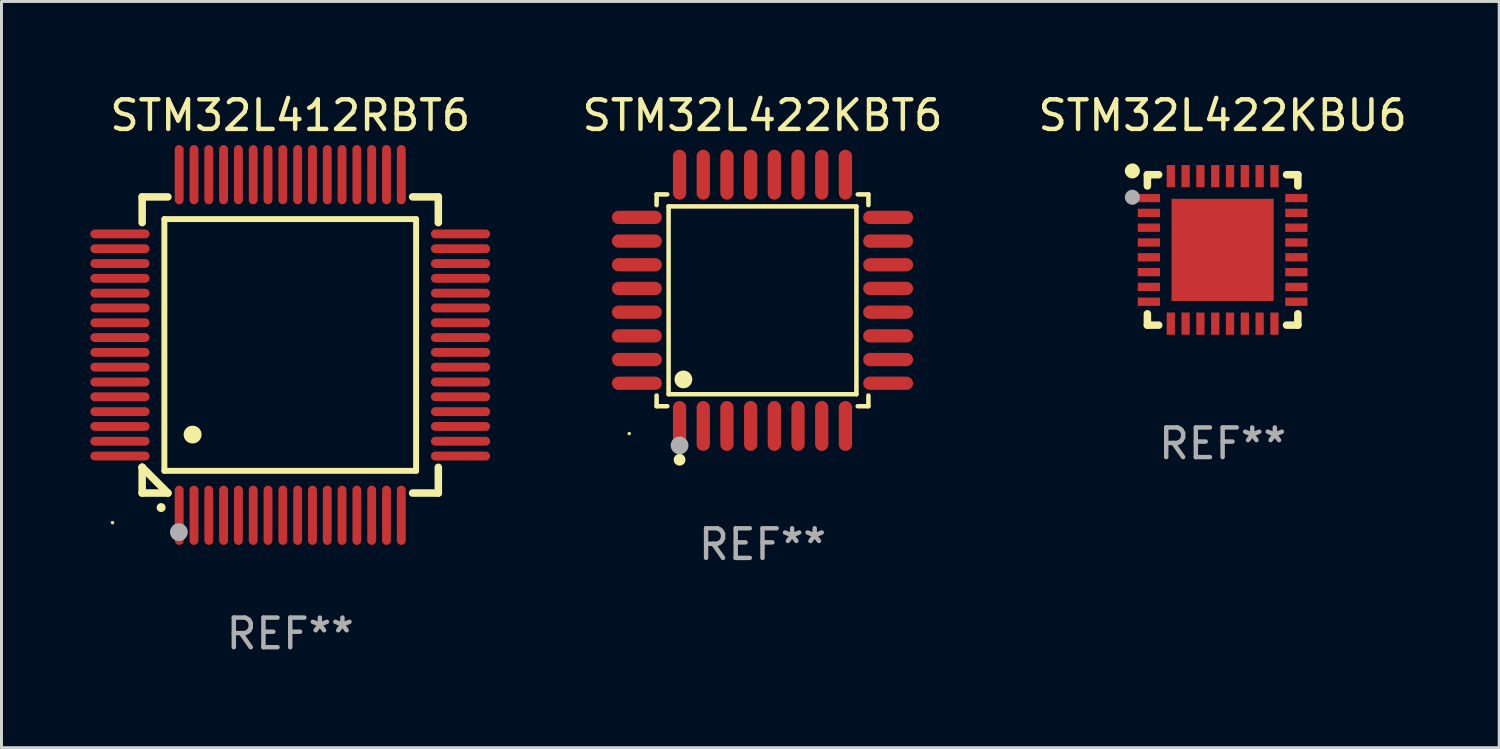
<source format=kicad_pcb>
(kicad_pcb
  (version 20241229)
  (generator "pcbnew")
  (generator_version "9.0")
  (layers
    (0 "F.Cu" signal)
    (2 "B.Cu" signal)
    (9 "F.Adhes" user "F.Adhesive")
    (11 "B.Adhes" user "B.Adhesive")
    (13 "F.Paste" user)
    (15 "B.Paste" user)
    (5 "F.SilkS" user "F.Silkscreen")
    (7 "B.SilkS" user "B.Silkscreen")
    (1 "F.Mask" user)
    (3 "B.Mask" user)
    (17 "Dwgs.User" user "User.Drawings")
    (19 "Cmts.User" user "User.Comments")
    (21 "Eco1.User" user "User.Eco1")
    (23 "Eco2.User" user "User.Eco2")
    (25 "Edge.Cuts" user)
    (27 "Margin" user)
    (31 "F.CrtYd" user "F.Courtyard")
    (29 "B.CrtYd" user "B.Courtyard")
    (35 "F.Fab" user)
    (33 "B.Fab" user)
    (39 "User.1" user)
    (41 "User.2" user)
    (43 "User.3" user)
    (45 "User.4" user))
  (footprint "STM32L422KBU6"
    (layer "F.Cu")
    (at 38.232 5.388)
    (property "Reference" "STM32L422KBU6" (at 0 -4.54 0) (layer "F.SilkS") (effects (font (size 1 1) (thickness 0.15))))
    (attr through_hole)
    (fp_line (start -2.54 -2.54) (end -2.159 -2.54) (stroke (width 0.254) (type solid)) (layer "F.SilkS"))
    (fp_line (start -2.54 -2.159) (end -2.54 -2.54) (stroke (width 0.254) (type solid)) (layer "F.SilkS"))
    (fp_line (start -2.54 2.54) (end -2.54 2.159) (stroke (width 0.254) (type solid)) (layer "F.SilkS"))
    (fp_line (start -2.159 2.54) (end -2.54 2.54) (stroke (width 0.254) (type solid)) (layer "F.SilkS"))
    (fp_line (start 2.159 -2.54) (end 2.54 -2.54) (stroke (width 0.254) (type solid)) (layer "F.SilkS"))
    (fp_line (start 2.54 -2.54) (end 2.54 -2.159) (stroke (width 0.254) (type solid)) (layer "F.SilkS"))
    (fp_line (start 2.54 2.159) (end 2.54 2.54) (stroke (width 0.254) (type solid)) (layer "F.SilkS"))
    (fp_line (start 2.54 2.54) (end 2.159 2.54) (stroke (width 0.254) (type solid)) (layer "F.SilkS"))
    (fp_circle (center -3.048 -2.667) (end -2.921 -2.667) (stroke (width 0.254) (type solid)) (fill no) (layer "F.SilkS"))
    (fp_circle (center -2.5 -2.5) (end -2.47 -2.5) (stroke (width 0.06) (type solid)) (fill no) (layer "F.SilkS"))
    (fp_circle (center -3.048 -1.778) (end -2.921 -1.778) (stroke (width 0.254) (type solid)) (fill no) (layer "F.Fab"))
    (fp_text user "REF**" (at 0 6.54 0) (layer "F.Fab") (effects (font (size 1 1) (thickness 0.15))))
    (pad "1" smd rect (at -2.49 -1.75) (size 0.75 0.28) (layers "F.Cu" "F.Mask" "F.Paste"))
    (pad "2" smd rect (at -2.49 -1.25) (size 0.75 0.28) (layers "F.Cu" "F.Mask" "F.Paste"))
    (pad "3" smd rect (at -2.49 -0.75) (size 0.75 0.28) (layers "F.Cu" "F.Mask" "F.Paste"))
    (pad "4" smd rect (at -2.49 -0.25) (size 0.75 0.28) (layers "F.Cu" "F.Mask" "F.Paste"))
    (pad "5" smd rect (at -2.49 0.25) (size 0.75 0.28) (layers "F.Cu" "F.Mask" "F.Paste"))
    (pad "6" smd rect (at -2.49 0.75) (size 0.75 0.28) (layers "F.Cu" "F.Mask" "F.Paste"))
    (pad "7" smd rect (at -2.49 1.25) (size 0.75 0.28) (layers "F.Cu" "F.Mask" "F.Paste"))
    (pad "8" smd rect (at -2.49 1.75) (size 0.75 0.28) (layers "F.Cu" "F.Mask" "F.Paste"))
    (pad "9" smd rect (at -1.75 2.49) (size 0.28 0.75) (layers "F.Cu" "F.Mask" "F.Paste"))
    (pad "10" smd rect (at -1.25 2.49) (size 0.28 0.75) (layers "F.Cu" "F.Mask" "F.Paste"))
    (pad "11" smd rect (at -0.75 2.49) (size 0.28 0.75) (layers "F.Cu" "F.Mask" "F.Paste"))
    (pad "12" smd rect (at -0.25 2.49) (size 0.28 0.75) (layers "F.Cu" "F.Mask" "F.Paste"))
    (pad "13" smd rect (at 0.25 2.49) (size 0.28 0.75) (layers "F.Cu" "F.Mask" "F.Paste"))
    (pad "14" smd rect (at 0.75 2.49) (size 0.28 0.75) (layers "F.Cu" "F.Mask" "F.Paste"))
    (pad "15" smd rect (at 1.25 2.49) (size 0.28 0.75) (layers "F.Cu" "F.Mask" "F.Paste"))
    (pad "16" smd rect (at 1.75 2.49) (size 0.28 0.75) (layers "F.Cu" "F.Mask" "F.Paste"))
    (pad "17" smd rect (at 2.49 1.75) (size 0.75 0.28) (layers "F.Cu" "F.Mask" "F.Paste"))
    (pad "18" smd rect (at 2.49 1.25) (size 0.75 0.28) (layers "F.Cu" "F.Mask" "F.Paste"))
    (pad "19" smd rect (at 2.49 0.75) (size 0.75 0.28) (layers "F.Cu" "F.Mask" "F.Paste"))
    (pad "20" smd rect (at 2.49 0.25) (size 0.75 0.28) (layers "F.Cu" "F.Mask" "F.Paste"))
    (pad "21" smd rect (at 2.49 -0.25) (size 0.75 0.28) (layers "F.Cu" "F.Mask" "F.Paste"))
    (pad "22" smd rect (at 2.49 -0.75) (size 0.75 0.28) (layers "F.Cu" "F.Mask" "F.Paste"))
    (pad "23" smd rect (at 2.49 -1.25) (size 0.75 0.28) (layers "F.Cu" "F.Mask" "F.Paste"))
    (pad "24" smd rect (at 2.49 -1.75) (size 0.75 0.28) (layers "F.Cu" "F.Mask" "F.Paste"))
    (pad "25" smd rect (at 1.75 -2.49) (size 0.28 0.75) (layers "F.Cu" "F.Mask" "F.Paste"))
    (pad "26" smd rect (at 1.25 -2.49) (size 0.28 0.75) (layers "F.Cu" "F.Mask" "F.Paste"))
    (pad "27" smd rect (at 0.75 -2.49) (size 0.28 0.75) (layers "F.Cu" "F.Mask" "F.Paste"))
    (pad "28" smd rect (at 0.25 -2.49) (size 0.28 0.75) (layers "F.Cu" "F.Mask" "F.Paste"))
    (pad "29" smd rect (at -0.25 -2.49) (size 0.28 0.75) (layers "F.Cu" "F.Mask" "F.Paste"))
    (pad "30" smd rect (at -0.75 -2.49) (size 0.28 0.75) (layers "F.Cu" "F.Mask" "F.Paste"))
    (pad "31" smd rect (at -1.25 -2.49) (size 0.28 0.75) (layers "F.Cu" "F.Mask" "F.Paste"))
    (pad "32" smd rect (at -1.75 -2.49) (size 0.28 0.75) (layers "F.Cu" "F.Mask" "F.Paste"))
    (pad "33" smd rect (at 0 0) (size 3.45 3.45) (layers "F.Cu" "F.Mask" "F.Paste")))
  (footprint "STM32L412RBT6"
    (layer "F.Cu")
    (at 6.75 8.598)
    (property "Reference" "STM32L412RBT6" (at 0 -7.75 0) (layer "F.SilkS") (effects (font (size 1 1) (thickness 0.15))))
    (attr through_hole)
    (fp_line (start -5 -5) (end -4.131 -5) (stroke (width 0.254) (type solid)) (layer "F.SilkS"))
    (fp_line (start -5 -4.131) (end -5 -5) (stroke (width 0.254) (type solid)) (layer "F.SilkS"))
    (fp_line (start -5 4.131) (end -5 4.131) (stroke (width 0.254) (type solid)) (layer "F.SilkS"))
    (fp_line (start -5 5) (end -5 4.131) (stroke (width 0.254) (type solid)) (layer "F.SilkS"))
    (fp_line (start -5 4.131) (end -4.131 5) (stroke (width 0.254) (type solid)) (layer "F.SilkS"))
    (fp_line (start -4.25 -4.25) (end -4.25 4.25) (stroke (width 0.2) (type solid)) (layer "F.SilkS"))
    (fp_line (start -4.25 4.25) (end 4.25 4.25) (stroke (width 0.2) (type solid)) (layer "F.SilkS"))
    (fp_line (start -4.131 5) (end -5 5) (stroke (width 0.254) (type solid)) (layer "F.SilkS"))
    (fp_line (start 4.25 -4.25) (end -4.25 -4.25) (stroke (width 0.2) (type solid)) (layer "F.SilkS"))
    (fp_line (start 4.25 4.25) (end 4.25 -4.25) (stroke (width 0.2) (type solid)) (layer "F.SilkS"))
    (fp_line (start 5 -5) (end 4.131 -5) (stroke (width 0.254) (type solid)) (layer "F.SilkS"))
    (fp_line (start 5 -5) (end 5 -4.131) (stroke (width 0.254) (type solid)) (layer "F.SilkS"))
    (fp_line (start 5 4.131) (end 5 5) (stroke (width 0.254) (type solid)) (layer "F.SilkS"))
    (fp_line (start 5 5) (end 4.131 5) (stroke (width 0.254) (type solid)) (layer "F.SilkS"))
    (fp_arc (start -4.361265 5.489992) (mid -4.359995 5.489987) (end -4.358725 5.489992) (stroke (width 0.3) (type solid)) (layer "F.SilkS"))
    (fp_arc (start -3.299467 3.025146) (mid -3.296927 3.025135) (end -3.294387 3.025146) (stroke (width 0.6) (type solid)) (layer "F.SilkS"))
    (fp_circle (center -6 6) (end -5.97 6) (stroke (width 0.06) (type solid)) (fill no) (layer "F.SilkS"))
    (fp_circle (center -3.76 6.32) (end -3.61 6.32) (stroke (width 0.3) (type solid)) (fill no) (layer "F.Fab"))
    (fp_text user "REF**" (at 0 9.75 0) (layer "F.Fab") (effects (font (size 1 1) (thickness 0.15))))
    (pad "1" smd oval (at -3.75 5.75) (size 0.3 2) (layers "F.Cu" "F.Mask" "F.Paste"))
    (pad "2" smd oval (at -3.25 5.75) (size 0.3 2) (layers "F.Cu" "F.Mask" "F.Paste"))
    (pad "3" smd oval (at -2.75 5.75) (size 0.3 2) (layers "F.Cu" "F.Mask" "F.Paste"))
    (pad "4" smd oval (at -2.25 5.75) (size 0.3 2) (layers "F.Cu" "F.Mask" "F.Paste"))
    (pad "5" smd oval (at -1.75 5.75) (size 0.3 2) (layers "F.Cu" "F.Mask" "F.Paste"))
    (pad "6" smd oval (at -1.25 5.75) (size 0.3 2) (layers "F.Cu" "F.Mask" "F.Paste"))
    (pad "7" smd oval (at -0.75 5.75) (size 0.3 2) (layers "F.Cu" "F.Mask" "F.Paste"))
    (pad "8" smd oval (at -0.25 5.75) (size 0.3 2) (layers "F.Cu" "F.Mask" "F.Paste"))
    (pad "9" smd oval (at 0.25 5.75) (size 0.3 2) (layers "F.Cu" "F.Mask" "F.Paste"))
    (pad "10" smd oval (at 0.75 5.75) (size 0.3 2) (layers "F.Cu" "F.Mask" "F.Paste"))
    (pad "11" smd oval (at 1.25 5.75) (size 0.3 2) (layers "F.Cu" "F.Mask" "F.Paste"))
    (pad "12" smd oval (at 1.75 5.75) (size 0.3 2) (layers "F.Cu" "F.Mask" "F.Paste"))
    (pad "13" smd oval (at 2.25 5.75) (size 0.3 2) (layers "F.Cu" "F.Mask" "F.Paste"))
    (pad "14" smd oval (at 2.75 5.75) (size 0.3 2) (layers "F.Cu" "F.Mask" "F.Paste"))
    (pad "15" smd oval (at 3.25 5.75) (size 0.3 2) (layers "F.Cu" "F.Mask" "F.Paste"))
    (pad "16" smd oval (at 3.75 5.75) (size 0.3 2) (layers "F.Cu" "F.Mask" "F.Paste"))
    (pad "17" smd oval (at 5.75 3.75) (size 2 0.3) (layers "F.Cu" "F.Mask" "F.Paste"))
    (pad "18" smd oval (at 5.75 3.25) (size 2 0.3) (layers "F.Cu" "F.Mask" "F.Paste"))
    (pad "19" smd oval (at 5.75 2.75) (size 2 0.3) (layers "F.Cu" "F.Mask" "F.Paste"))
    (pad "20" smd oval (at 5.75 2.25) (size 2 0.3) (layers "F.Cu" "F.Mask" "F.Paste"))
    (pad "21" smd oval (at 5.75 1.75) (size 2 0.3) (layers "F.Cu" "F.Mask" "F.Paste"))
    (pad "22" smd oval (at 5.75 1.25) (size 2 0.3) (layers "F.Cu" "F.Mask" "F.Paste"))
    (pad "23" smd oval (at 5.75 0.75) (size 2 0.3) (layers "F.Cu" "F.Mask" "F.Paste"))
    (pad "24" smd oval (at 5.75 0.25) (size 2 0.3) (layers "F.Cu" "F.Mask" "F.Paste"))
    (pad "25" smd oval (at 5.75 -0.25) (size 2 0.3) (layers "F.Cu" "F.Mask" "F.Paste"))
    (pad "26" smd oval (at 5.75 -0.75) (size 2 0.3) (layers "F.Cu" "F.Mask" "F.Paste"))
    (pad "27" smd oval (at 5.75 -1.25) (size 2 0.3) (layers "F.Cu" "F.Mask" "F.Paste"))
    (pad "28" smd oval (at 5.75 -1.75) (size 2 0.3) (layers "F.Cu" "F.Mask" "F.Paste"))
    (pad "29" smd oval (at 5.75 -2.25) (size 2 0.3) (layers "F.Cu" "F.Mask" "F.Paste"))
    (pad "30" smd oval (at 5.75 -2.75) (size 2 0.3) (layers "F.Cu" "F.Mask" "F.Paste"))
    (pad "31" smd oval (at 5.75 -3.25) (size 2 0.3) (layers "F.Cu" "F.Mask" "F.Paste"))
    (pad "32" smd oval (at 5.75 -3.75) (size 2 0.3) (layers "F.Cu" "F.Mask" "F.Paste"))
    (pad "33" smd oval (at 3.75 -5.75) (size 0.3 2) (layers "F.Cu" "F.Mask" "F.Paste"))
    (pad "34" smd oval (at 3.25 -5.75) (size 0.3 2) (layers "F.Cu" "F.Mask" "F.Paste"))
    (pad "35" smd oval (at 2.75 -5.75) (size 0.3 2) (layers "F.Cu" "F.Mask" "F.Paste"))
    (pad "36" smd oval (at 2.25 -5.75) (size 0.3 2) (layers "F.Cu" "F.Mask" "F.Paste"))
    (pad "37" smd oval (at 1.75 -5.75) (size 0.3 2) (layers "F.Cu" "F.Mask" "F.Paste"))
    (pad "38" smd oval (at 1.25 -5.75) (size 0.3 2) (layers "F.Cu" "F.Mask" "F.Paste"))
    (pad "39" smd oval (at 0.75 -5.75) (size 0.3 2) (layers "F.Cu" "F.Mask" "F.Paste"))
    (pad "40" smd oval (at 0.25 -5.75) (size 0.3 2) (layers "F.Cu" "F.Mask" "F.Paste"))
    (pad "41" smd oval (at -0.25 -5.75) (size 0.3 2) (layers "F.Cu" "F.Mask" "F.Paste"))
    (pad "42" smd oval (at -0.75 -5.75) (size 0.3 2) (layers "F.Cu" "F.Mask" "F.Paste"))
    (pad "43" smd oval (at -1.25 -5.75) (size 0.3 2) (layers "F.Cu" "F.Mask" "F.Paste"))
    (pad "44" smd oval (at -1.75 -5.75) (size 0.3 2) (layers "F.Cu" "F.Mask" "F.Paste"))
    (pad "45" smd oval (at -2.25 -5.75) (size 0.3 2) (layers "F.Cu" "F.Mask" "F.Paste"))
    (pad "46" smd oval (at -2.75 -5.75) (size 0.3 2) (layers "F.Cu" "F.Mask" "F.Paste"))
    (pad "47" smd oval (at -3.25 -5.75) (size 0.3 2) (layers "F.Cu" "F.Mask" "F.Paste"))
    (pad "48" smd oval (at -3.75 -5.75) (size 0.3 2) (layers "F.Cu" "F.Mask" "F.Paste"))
    (pad "49" smd oval (at -5.75 -3.75) (size 2 0.3) (layers "F.Cu" "F.Mask" "F.Paste"))
    (pad "50" smd oval (at -5.75 -3.25) (size 2 0.3) (layers "F.Cu" "F.Mask" "F.Paste"))
    (pad "51" smd oval (at -5.75 -2.75) (size 2 0.3) (layers "F.Cu" "F.Mask" "F.Paste"))
    (pad "52" smd oval (at -5.75 -2.25) (size 2 0.3) (layers "F.Cu" "F.Mask" "F.Paste"))
    (pad "53" smd oval (at -5.75 -1.75) (size 2 0.3) (layers "F.Cu" "F.Mask" "F.Paste"))
    (pad "54" smd oval (at -5.75 -1.25) (size 2 0.3) (layers "F.Cu" "F.Mask" "F.Paste"))
    (pad "55" smd oval (at -5.75 -0.75) (size 2 0.3) (layers "F.Cu" "F.Mask" "F.Paste"))
    (pad "56" smd oval (at -5.75 -0.25) (size 2 0.3) (layers "F.Cu" "F.Mask" "F.Paste"))
    (pad "57" smd oval (at -5.75 0.25) (size 2 0.3) (layers "F.Cu" "F.Mask" "F.Paste"))
    (pad "58" smd oval (at -5.75 0.75) (size 2 0.3) (layers "F.Cu" "F.Mask" "F.Paste"))
    (pad "59" smd oval (at -5.75 1.25) (size 2 0.3) (layers "F.Cu" "F.Mask" "F.Paste"))
    (pad "60" smd oval (at -5.75 1.75) (size 2 0.3) (layers "F.Cu" "F.Mask" "F.Paste"))
    (pad "61" smd oval (at -5.75 2.25) (size 2 0.3) (layers "F.Cu" "F.Mask" "F.Paste"))
    (pad "62" smd oval (at -5.75 2.75) (size 2 0.3) (layers "F.Cu" "F.Mask" "F.Paste"))
    (pad "63" smd oval (at -5.75 3.25) (size 2 0.3) (layers "F.Cu" "F.Mask" "F.Paste"))
    (pad "64" smd oval (at -5.75 3.75) (size 2 0.3) (layers "F.Cu" "F.Mask" "F.Paste")))
  (footprint "STM32L422KBT6"
    (layer "F.Cu")
    (at 22.696 7.09)
    (property "Reference" "STM32L422KBT6" (at 0 -6.242 0) (layer "F.SilkS") (effects (font (size 1 1) (thickness 0.15))))
    (attr through_hole)
    (fp_line (start -3.576 -3.576) (end -3.215 -3.576) (stroke (width 0.152) (type solid)) (layer "F.SilkS"))
    (fp_line (start -3.576 -3.215) (end -3.576 -3.576) (stroke (width 0.152) (type solid)) (layer "F.SilkS"))
    (fp_line (start -3.576 3.215) (end -3.576 3.576) (stroke (width 0.152) (type solid)) (layer "F.SilkS"))
    (fp_line (start -3.576 3.576) (end -3.215 3.576) (stroke (width 0.152) (type solid)) (layer "F.SilkS"))
    (fp_line (start -3.171 -3.171) (end 3.171 -3.171) (stroke (width 0.152) (type solid)) (layer "F.SilkS"))
    (fp_line (start -3.171 3.171) (end -3.171 -3.171) (stroke (width 0.152) (type solid)) (layer "F.SilkS"))
    (fp_line (start 3.171 -3.171) (end 3.171 3.171) (stroke (width 0.152) (type solid)) (layer "F.SilkS"))
    (fp_line (start 3.171 3.171) (end -3.171 3.171) (stroke (width 0.152) (type solid)) (layer "F.SilkS"))
    (fp_line (start 3.576 -3.576) (end 3.215 -3.576) (stroke (width 0.152) (type solid)) (layer "F.SilkS"))
    (fp_line (start 3.576 -3.215) (end 3.576 -3.576) (stroke (width 0.152) (type solid)) (layer "F.SilkS"))
    (fp_line (start 3.576 3.215) (end 3.576 3.576) (stroke (width 0.152) (type solid)) (layer "F.SilkS"))
    (fp_line (start 3.576 3.576) (end 3.215 3.576) (stroke (width 0.152) (type solid)) (layer "F.SilkS"))
    (fp_circle (center -4.5 4.5) (end -4.47 4.5) (stroke (width 0.06) (type solid)) (fill no) (layer "F.SilkS"))
    (fp_circle (center -2.8 5.384) (end -2.7 5.384) (stroke (width 0.2) (type solid)) (fill no) (layer "F.SilkS"))
    (fp_circle (center -2.671 2.671) (end -2.521 2.671) (stroke (width 0.3) (type solid)) (fill no) (layer "F.SilkS"))
    (fp_circle (center -2.8 4.9) (end -2.65 4.9) (stroke (width 0.3) (type solid)) (fill no) (layer "F.Fab"))
    (fp_text user "REF**" (at 0 8.242 0) (layer "F.Fab") (effects (font (size 1 1) (thickness 0.15))))
    (pad "1" smd oval (at -2.8 4.242) (size 0.448 1.684) (layers "F.Cu" "F.Mask" "F.Paste"))
    (pad "2" smd oval (at -2 4.242) (size 0.448 1.684) (layers "F.Cu" "F.Mask" "F.Paste"))
    (pad "3" smd oval (at -1.2 4.242) (size 0.448 1.684) (layers "F.Cu" "F.Mask" "F.Paste"))
    (pad "4" smd oval (at -0.4 4.242) (size 0.448 1.684) (layers "F.Cu" "F.Mask" "F.Paste"))
    (pad "5" smd oval (at 0.4 4.242) (size 0.448 1.684) (layers "F.Cu" "F.Mask" "F.Paste"))
    (pad "6" smd oval (at 1.2 4.242) (size 0.448 1.684) (layers "F.Cu" "F.Mask" "F.Paste"))
    (pad "7" smd oval (at 2 4.242) (size 0.448 1.684) (layers "F.Cu" "F.Mask" "F.Paste"))
    (pad "8" smd oval (at 2.8 4.242) (size 0.448 1.684) (layers "F.Cu" "F.Mask" "F.Paste"))
    (pad "9" smd oval (at 4.242 2.8) (size 1.684 0.448) (layers "F.Cu" "F.Mask" "F.Paste"))
    (pad "10" smd oval (at 4.242 2) (size 1.684 0.448) (layers "F.Cu" "F.Mask" "F.Paste"))
    (pad "11" smd oval (at 4.242 1.2) (size 1.684 0.448) (layers "F.Cu" "F.Mask" "F.Paste"))
    (pad "12" smd oval (at 4.242 0.4) (size 1.684 0.448) (layers "F.Cu" "F.Mask" "F.Paste"))
    (pad "13" smd oval (at 4.242 -0.4) (size 1.684 0.448) (layers "F.Cu" "F.Mask" "F.Paste"))
    (pad "14" smd oval (at 4.242 -1.2) (size 1.684 0.448) (layers "F.Cu" "F.Mask" "F.Paste"))
    (pad "15" smd oval (at 4.242 -2) (size 1.684 0.448) (layers "F.Cu" "F.Mask" "F.Paste"))
    (pad "16" smd oval (at 4.242 -2.8) (size 1.684 0.448) (layers "F.Cu" "F.Mask" "F.Paste"))
    (pad "17" smd oval (at 2.8 -4.242) (size 0.448 1.684) (layers "F.Cu" "F.Mask" "F.Paste"))
    (pad "18" smd oval (at 2 -4.242) (size 0.448 1.684) (layers "F.Cu" "F.Mask" "F.Paste"))
    (pad "19" smd oval (at 1.2 -4.242) (size 0.448 1.684) (layers "F.Cu" "F.Mask" "F.Paste"))
    (pad "20" smd oval (at 0.4 -4.242) (size 0.448 1.684) (layers "F.Cu" "F.Mask" "F.Paste"))
    (pad "21" smd oval (at -0.4 -4.242) (size 0.448 1.684) (layers "F.Cu" "F.Mask" "F.Paste"))
    (pad "22" smd oval (at -1.2 -4.242) (size 0.448 1.684) (layers "F.Cu" "F.Mask" "F.Paste"))
    (pad "23" smd oval (at -2 -4.242) (size 0.448 1.684) (layers "F.Cu" "F.Mask" "F.Paste"))
    (pad "24" smd oval (at -2.8 -4.242) (size 0.448 1.684) (layers "F.Cu" "F.Mask" "F.Paste"))
    (pad "25" smd oval (at -4.242 -2.8) (size 1.684 0.448) (layers "F.Cu" "F.Mask" "F.Paste"))
    (pad "26" smd oval (at -4.242 -2) (size 1.684 0.448) (layers "F.Cu" "F.Mask" "F.Paste"))
    (pad "27" smd oval (at -4.242 -1.2) (size 1.684 0.448) (layers "F.Cu" "F.Mask" "F.Paste"))
    (pad "28" smd oval (at -4.242 -0.4) (size 1.684 0.448) (layers "F.Cu" "F.Mask" "F.Paste"))
    (pad "29" smd oval (at -4.242 0.4) (size 1.684 0.448) (layers "F.Cu" "F.Mask" "F.Paste"))
    (pad "30" smd oval (at -4.242 1.2) (size 1.684 0.448) (layers "F.Cu" "F.Mask" "F.Paste"))
    (pad "31" smd oval (at -4.242 2) (size 1.684 0.448) (layers "F.Cu" "F.Mask" "F.Paste"))
    (pad "32" smd oval (at -4.242 2.8) (size 1.684 0.448) (layers "F.Cu" "F.Mask" "F.Paste")))
  (gr_rect
    (start -3 -3)
    (end 47.571 22.196)
    (stroke (width 0.1) (type default))
    (fill no)
    (layer "Edge.Cuts")))
</source>
